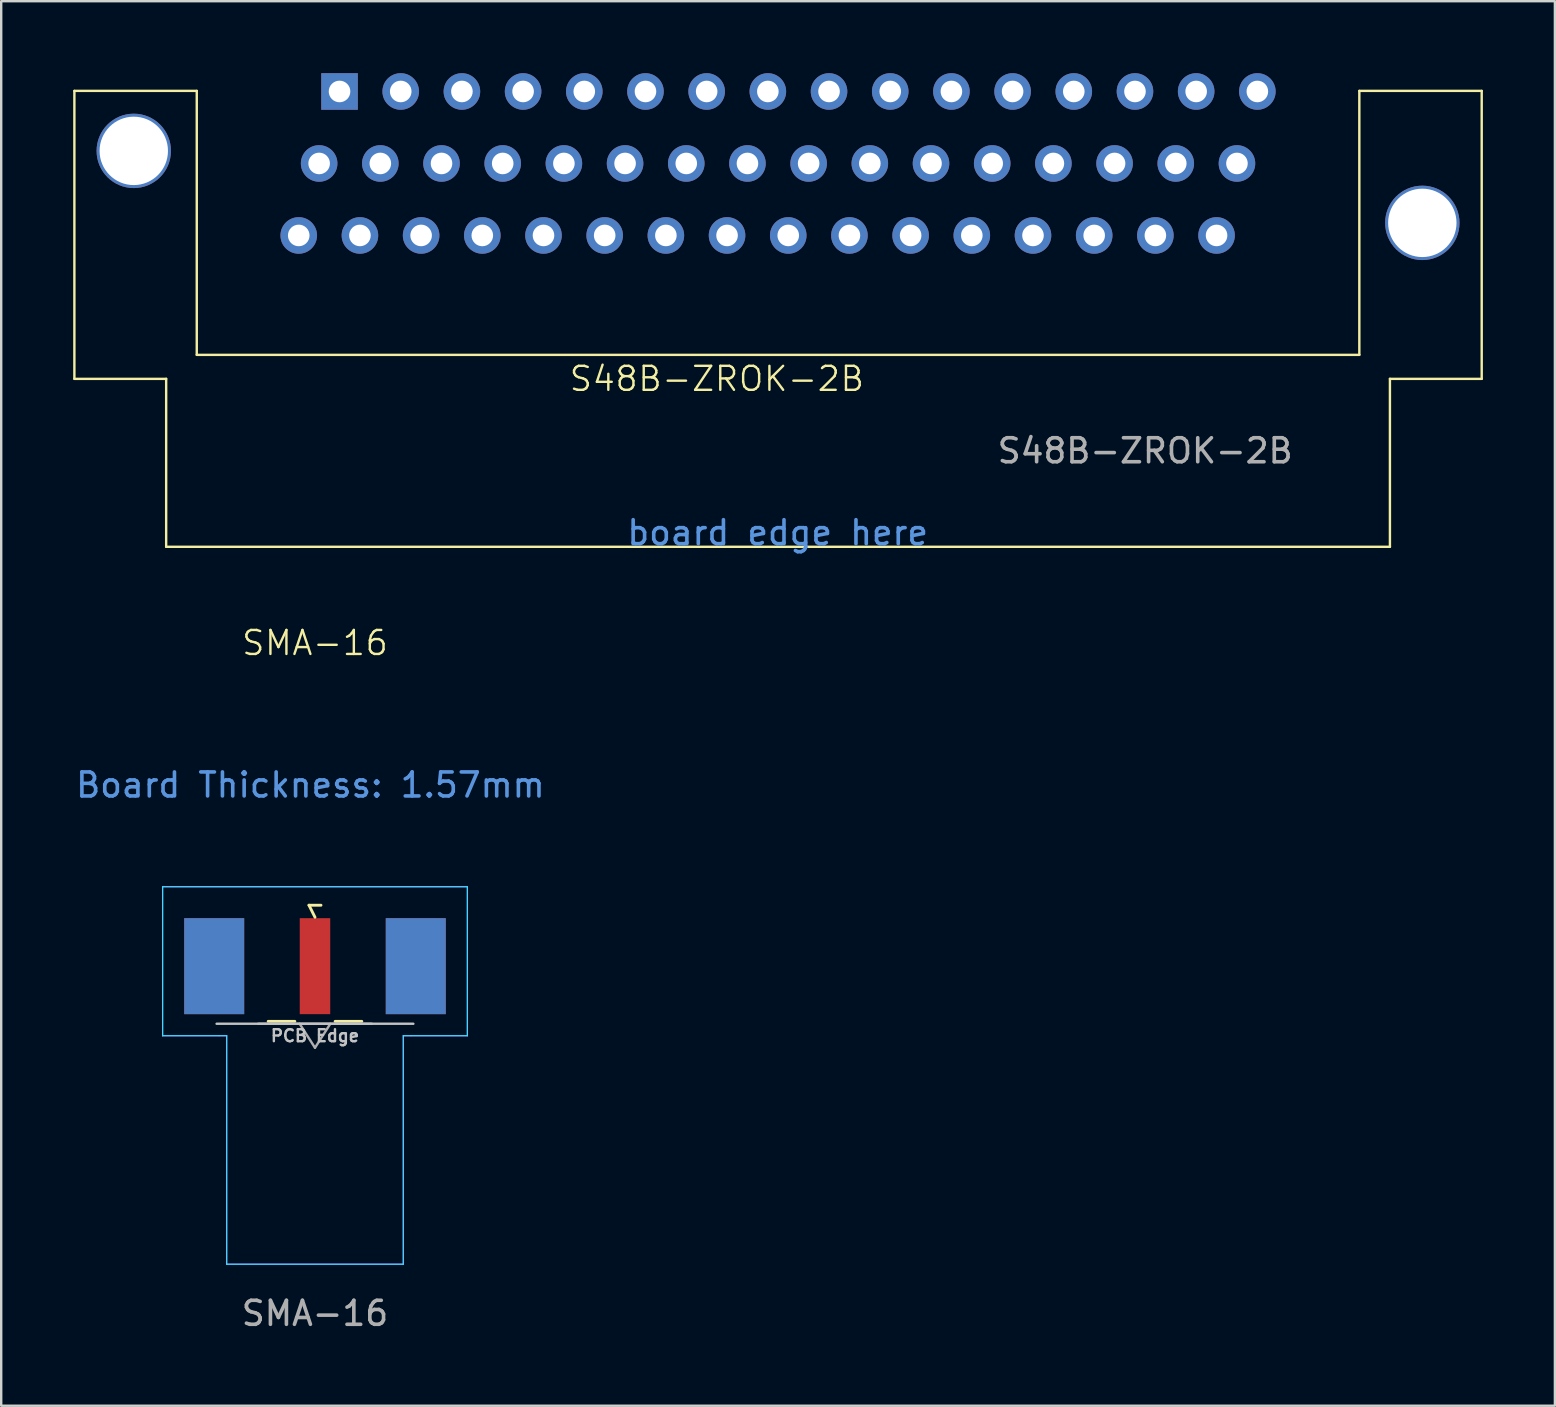
<source format=kicad_pcb>
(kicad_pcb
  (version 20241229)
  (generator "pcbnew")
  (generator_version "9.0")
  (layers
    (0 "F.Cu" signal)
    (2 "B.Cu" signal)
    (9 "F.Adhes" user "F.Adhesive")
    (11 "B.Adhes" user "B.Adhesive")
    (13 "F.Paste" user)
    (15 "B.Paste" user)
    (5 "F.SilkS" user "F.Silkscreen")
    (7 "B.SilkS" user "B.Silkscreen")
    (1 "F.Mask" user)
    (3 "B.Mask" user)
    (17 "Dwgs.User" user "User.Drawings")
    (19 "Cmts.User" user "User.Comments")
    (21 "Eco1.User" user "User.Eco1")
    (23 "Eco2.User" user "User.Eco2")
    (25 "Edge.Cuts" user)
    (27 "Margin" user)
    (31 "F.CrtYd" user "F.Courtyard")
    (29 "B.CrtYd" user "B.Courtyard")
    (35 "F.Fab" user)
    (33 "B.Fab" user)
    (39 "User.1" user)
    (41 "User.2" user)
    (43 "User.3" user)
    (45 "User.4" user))
  (footprint "SMA-16"
    (layer "F.Cu")
    (at 10.077 37.715)
    (property "Reference" "SMA-16" (at 0 -13.97 0) (unlocked yes) (layer "F.SilkS") (effects (font (size 1 1) (thickness 0.1))))
    (attr smd)
    (fp_line (start -1.95 1.8) (end -0.84 1.8) (stroke (width 0.12) (type solid)) (layer "F.SilkS"))
    (fp_line (start -0.25 -3.04) (end 0 -2.54) (stroke (width 0.12) (type solid)) (layer "F.SilkS"))
    (fp_line (start 0.25 -3.04) (end -0.25 -3.04) (stroke (width 0.12) (type solid)) (layer "F.SilkS"))
    (fp_line (start 0.84 1.8) (end 1.95 1.8) (stroke (width 0.12) (type solid)) (layer "F.SilkS"))
    (fp_line (start 4.1 1.9) (end -4.1 1.9) (stroke (width 0.1) (type solid)) (layer "Dwgs.User"))
    (fp_line (start -6.35 -3.81) (end 6.35 -3.81) (stroke (width 0.05) (type solid)) (layer "B.CrtYd"))
    (fp_line (start -6.35 2.4) (end -6.35 -3.81) (stroke (width 0.05) (type solid)) (layer "B.CrtYd"))
    (fp_line (start -3.68 2.4) (end -6.35 2.4) (stroke (width 0.05) (type solid)) (layer "B.CrtYd"))
    (fp_line (start -3.68 11.92) (end -3.68 2.4) (stroke (width 0.05) (type solid)) (layer "B.CrtYd"))
    (fp_line (start 3.68 2.4) (end 3.68 11.92) (stroke (width 0.05) (type solid)) (layer "B.CrtYd"))
    (fp_line (start 3.68 11.92) (end -3.68 11.92) (stroke (width 0.05) (type solid)) (layer "B.CrtYd"))
    (fp_line (start 6.35 2.4) (end 3.68 2.4) (stroke (width 0.05) (type solid)) (layer "B.CrtYd"))
    (fp_line (start 6.35 2.4) (end 6.35 -3.81) (stroke (width 0.05) (type solid)) (layer "B.CrtYd"))
    (fp_line (start -6.35 -3.81) (end 6.35 -3.81) (stroke (width 0.05) (type solid)) (layer "F.CrtYd"))
    (fp_line (start -6.35 2.4) (end -6.35 -3.81) (stroke (width 0.05) (type solid)) (layer "F.CrtYd"))
    (fp_line (start -4 2.4) (end -6.35 2.4) (stroke (width 0.05) (type default)) (layer "F.CrtYd"))
    (fp_line (start -3.68 2.4) (end -4 2.4) (stroke (width 0.05) (type solid)) (layer "F.CrtYd"))
    (fp_line (start -3.68 11.92) (end -3.68 2.4) (stroke (width 0.05) (type solid)) (layer "F.CrtYd"))
    (fp_line (start 3.68 2.4) (end 3.68 11.92) (stroke (width 0.05) (type solid)) (layer "F.CrtYd"))
    (fp_line (start 3.68 2.4) (end 4 2.4) (stroke (width 0.05) (type solid)) (layer "F.CrtYd"))
    (fp_line (start 3.68 11.92) (end -3.68 11.92) (stroke (width 0.05) (type solid)) (layer "F.CrtYd"))
    (fp_line (start 4 2.4) (end 6.35 2.4) (stroke (width 0.05) (type default)) (layer "F.CrtYd"))
    (fp_line (start 6.35 2.4) (end 6.35 -3.81) (stroke (width 0.05) (type solid)) (layer "F.CrtYd"))
    (fp_line (start 0 2.9) (end -0.64 1.9) (stroke (width 0.1) (type solid)) (layer "F.Fab"))
    (fp_line (start 0.64 1.9) (end 0 2.9) (stroke (width 0.1) (type solid)) (layer "F.Fab"))
    (fp_line (start 2.365 1.9) (end -2.365 1.9) (stroke (width 0.1) (type solid)) (layer "F.Fab"))
    (fp_text user "PCB Edge" (at 0 2.4 0) (layer "Dwgs.User") (effects (font (size 0.5 0.5) (thickness 0.1))))
    (fp_text user "Board Thickness: 1.57mm" (at -0.19 -8.05 0) (layer "Cmts.User") (effects (font (size 1 1) (thickness 0.15))))
    (fp_text user "${REFERENCE}" (at 0 13.97 0) (unlocked yes) (layer "F.Fab") (effects (font (size 1 1) (thickness 0.15))))
    (pad "1" smd rect (at 0 -0.5) (size 1.27 4) (layers "F.Cu" "F.Mask" "F.Paste"))
    (pad "2" smd rect (at -4.2 -0.5) (size 2.5 4) (layers "F.Cu" "F.Mask" "F.Paste"))
    (pad "2" smd rect (at -4.2 -0.5) (size 2.5 4) (layers "B.Cu" "B.Mask" "B.Paste"))
    (pad "2" smd rect (at 4.2 -0.5) (size 2.5 4) (layers "F.Cu" "F.Mask" "F.Paste"))
    (pad "2" smd rect (at 4.2 -0.5) (size 2.5 4) (layers "B.Cu" "B.Mask" "B.Paste")))
  (footprint "S48B-ZROK-2B"
    (layer "F.Cu")
    (at 29.375 3.738)
    (property "Reference" "S48B-ZROK-2B" (at -2.55 9 0) (unlocked yes) (layer "F.SilkS") (effects (font (size 1 1) (thickness 0.1))))
    (attr through_hole)
    (fp_line (start -29.325 -3) (end -29.325 9) (stroke (width 0.1) (type default)) (layer "F.SilkS"))
    (fp_line (start -29.325 9) (end -25.5 9) (stroke (width 0.1) (type default)) (layer "F.SilkS"))
    (fp_line (start -25.5 9) (end -25.5 16) (stroke (width 0.1) (type default)) (layer "F.SilkS"))
    (fp_line (start -25.5 16) (end 25.5 16) (stroke (width 0.1) (type default)) (layer "F.SilkS"))
    (fp_line (start -24.225 -3) (end -29.325 -3) (stroke (width 0.1) (type default)) (layer "F.SilkS"))
    (fp_line (start -24.225 8) (end -24.225 -3) (stroke (width 0.1) (type default)) (layer "F.SilkS"))
    (fp_line (start 24.225 -3) (end 24.225 8) (stroke (width 0.1) (type default)) (layer "F.SilkS"))
    (fp_line (start 24.225 8) (end -24.225 8) (stroke (width 0.1) (type default)) (layer "F.SilkS"))
    (fp_line (start 25.5 9) (end 25.5 16) (stroke (width 0.1) (type default)) (layer "F.SilkS"))
    (fp_line (start 25.5 9) (end 29.325 9) (stroke (width 0.1) (type default)) (layer "F.SilkS"))
    (fp_line (start 29.325 -3) (end 24.225 -3) (stroke (width 0.1) (type default)) (layer "F.SilkS"))
    (fp_line (start 29.325 9) (end 29.325 -3) (stroke (width 0.1) (type default)) (layer "F.SilkS"))
    (fp_text user "board edge here" (at -6.375 16 0) (unlocked yes) (layer "Cmts.User") (effects (font (size 1 1) (thickness 0.15)) (justify left bottom)))
    (fp_text user "${REFERENCE}" (at 15.3 12 0) (unlocked yes) (layer "F.Fab") (effects (font (size 1 1) (thickness 0.15))))
    (pad "" np_thru_hole circle (at -26.85 -0.5) (size 3.1 3.1) (drill 2.85) (layers "*.Cu" "*.Mask"))
    (pad "" np_thru_hole circle (at 26.85 2.5) (size 3.1 3.1) (drill 2.85) (layers "*.Cu" "*.Mask"))
    (pad "1" thru_hole rect (at -18.275 -2.976) (size 1.524 1.524) (drill 0.9) (layers "*.Cu" "*.Mask"))
    (pad "2" thru_hole circle (at -15.725 -2.976) (size 1.524 1.524) (drill 0.9) (layers "*.Cu" "*.Mask"))
    (pad "3" thru_hole circle (at -13.175 -2.976) (size 1.524 1.524) (drill 0.9) (layers "*.Cu" "*.Mask"))
    (pad "4" thru_hole circle (at -10.625 -2.976) (size 1.524 1.524) (drill 0.9) (layers "*.Cu" "*.Mask"))
    (pad "5" thru_hole circle (at -8.075 -2.976) (size 1.524 1.524) (drill 0.9) (layers "*.Cu" "*.Mask"))
    (pad "6" thru_hole circle (at -5.525 -2.976) (size 1.524 1.524) (drill 0.9) (layers "*.Cu" "*.Mask"))
    (pad "7" thru_hole circle (at -2.975 -2.976) (size 1.524 1.524) (drill 0.9) (layers "*.Cu" "*.Mask"))
    (pad "8" thru_hole circle (at -0.425 -2.976) (size 1.524 1.524) (drill 0.9) (layers "*.Cu" "*.Mask"))
    (pad "9" thru_hole circle (at 2.125 -2.976) (size 1.524 1.524) (drill 0.9) (layers "*.Cu" "*.Mask"))
    (pad "10" thru_hole circle (at 4.675 -2.976) (size 1.524 1.524) (drill 0.9) (layers "*.Cu" "*.Mask"))
    (pad "11" thru_hole circle (at 7.225 -2.976) (size 1.524 1.524) (drill 0.9) (layers "*.Cu" "*.Mask"))
    (pad "12" thru_hole circle (at 9.775 -2.976) (size 1.524 1.524) (drill 0.9) (layers "*.Cu" "*.Mask"))
    (pad "13" thru_hole circle (at 12.325 -2.976) (size 1.524 1.524) (drill 0.9) (layers "*.Cu" "*.Mask"))
    (pad "14" thru_hole circle (at 14.875 -2.976) (size 1.524 1.524) (drill 0.9) (layers "*.Cu" "*.Mask"))
    (pad "15" thru_hole circle (at 17.425 -2.976) (size 1.524 1.524) (drill 0.9) (layers "*.Cu" "*.Mask"))
    (pad "16" thru_hole circle (at 19.975 -2.976) (size 1.524 1.524) (drill 0.9) (layers "*.Cu" "*.Mask"))
    (pad "17" thru_hole circle (at -19.125 0.024) (size 1.524 1.524) (drill 0.9) (layers "*.Cu" "*.Mask"))
    (pad "18" thru_hole circle (at -16.575 0.024) (size 1.524 1.524) (drill 0.9) (layers "*.Cu" "*.Mask"))
    (pad "19" thru_hole circle (at -14.025 0.024) (size 1.524 1.524) (drill 0.9) (layers "*.Cu" "*.Mask"))
    (pad "20" thru_hole circle (at -11.475 0.024) (size 1.524 1.524) (drill 0.9) (layers "*.Cu" "*.Mask"))
    (pad "21" thru_hole circle (at -8.925 0.024) (size 1.524 1.524) (drill 0.9) (layers "*.Cu" "*.Mask"))
    (pad "22" thru_hole circle (at -6.375 0.024) (size 1.524 1.524) (drill 0.9) (layers "*.Cu" "*.Mask"))
    (pad "23" thru_hole circle (at -3.825 0.024) (size 1.524 1.524) (drill 0.9) (layers "*.Cu" "*.Mask"))
    (pad "24" thru_hole circle (at -1.275 0.024) (size 1.524 1.524) (drill 0.9) (layers "*.Cu" "*.Mask"))
    (pad "25" thru_hole circle (at 1.275 0.024) (size 1.524 1.524) (drill 0.9) (layers "*.Cu" "*.Mask"))
    (pad "26" thru_hole circle (at 3.825 0.024) (size 1.524 1.524) (drill 0.9) (layers "*.Cu" "*.Mask"))
    (pad "27" thru_hole circle (at 6.375 0.024) (size 1.524 1.524) (drill 0.9) (layers "*.Cu" "*.Mask"))
    (pad "28" thru_hole circle (at 8.925 0.024) (size 1.524 1.524) (drill 0.9) (layers "*.Cu" "*.Mask"))
    (pad "29" thru_hole circle (at 11.475 0.024) (size 1.524 1.524) (drill 0.9) (layers "*.Cu" "*.Mask"))
    (pad "30" thru_hole circle (at 14.025 0.024) (size 1.524 1.524) (drill 0.9) (layers "*.Cu" "*.Mask"))
    (pad "31" thru_hole circle (at 16.575 0.024) (size 1.524 1.524) (drill 0.9) (layers "*.Cu" "*.Mask"))
    (pad "32" thru_hole circle (at 19.125 0.024) (size 1.524 1.524) (drill 0.9) (layers "*.Cu" "*.Mask"))
    (pad "33" thru_hole circle (at -19.975 3.024) (size 1.524 1.524) (drill 0.9) (layers "*.Cu" "*.Mask"))
    (pad "34" thru_hole circle (at -17.425 3.024) (size 1.524 1.524) (drill 0.9) (layers "*.Cu" "*.Mask"))
    (pad "35" thru_hole circle (at -14.875 3.024) (size 1.524 1.524) (drill 0.9) (layers "*.Cu" "*.Mask"))
    (pad "36" thru_hole circle (at -12.325 3.024) (size 1.524 1.524) (drill 0.9) (layers "*.Cu" "*.Mask"))
    (pad "37" thru_hole circle (at -9.775 3.024) (size 1.524 1.524) (drill 0.9) (layers "*.Cu" "*.Mask"))
    (pad "38" thru_hole circle (at -7.225 3.024) (size 1.524 1.524) (drill 0.9) (layers "*.Cu" "*.Mask"))
    (pad "39" thru_hole circle (at -4.675 3.024) (size 1.524 1.524) (drill 0.9) (layers "*.Cu" "*.Mask"))
    (pad "40" thru_hole circle (at -2.125 3.024) (size 1.524 1.524) (drill 0.9) (layers "*.Cu" "*.Mask"))
    (pad "41" thru_hole circle (at 0.425 3.024) (size 1.524 1.524) (drill 0.9) (layers "*.Cu" "*.Mask"))
    (pad "42" thru_hole circle (at 2.975 3.024) (size 1.524 1.524) (drill 0.9) (layers "*.Cu" "*.Mask"))
    (pad "43" thru_hole circle (at 5.525 3.024) (size 1.524 1.524) (drill 0.9) (layers "*.Cu" "*.Mask"))
    (pad "44" thru_hole circle (at 8.075 3.024) (size 1.524 1.524) (drill 0.9) (layers "*.Cu" "*.Mask"))
    (pad "45" thru_hole circle (at 10.625 3.024) (size 1.524 1.524) (drill 0.9) (layers "*.Cu" "*.Mask"))
    (pad "46" thru_hole circle (at 13.175 3.024) (size 1.524 1.524) (drill 0.9) (layers "*.Cu" "*.Mask"))
    (pad "47" thru_hole circle (at 15.725 3.024) (size 1.524 1.524) (drill 0.9) (layers "*.Cu" "*.Mask"))
    (pad "48" thru_hole circle (at 18.275 3.024) (size 1.524 1.524) (drill 0.9) (layers "*.Cu" "*.Mask")))
  (gr_rect
    (start -3 -3)
    (end 61.75 55.533)
    (stroke (width 0.1) (type default))
    (fill no)
    (layer "Edge.Cuts")))
</source>
